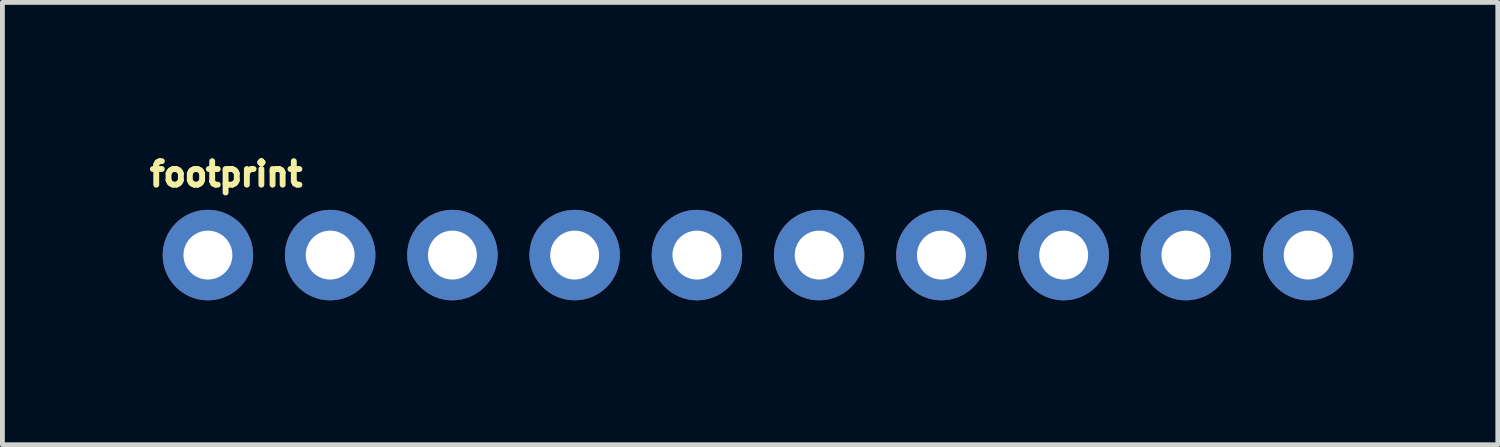
<source format=kicad_pcb>
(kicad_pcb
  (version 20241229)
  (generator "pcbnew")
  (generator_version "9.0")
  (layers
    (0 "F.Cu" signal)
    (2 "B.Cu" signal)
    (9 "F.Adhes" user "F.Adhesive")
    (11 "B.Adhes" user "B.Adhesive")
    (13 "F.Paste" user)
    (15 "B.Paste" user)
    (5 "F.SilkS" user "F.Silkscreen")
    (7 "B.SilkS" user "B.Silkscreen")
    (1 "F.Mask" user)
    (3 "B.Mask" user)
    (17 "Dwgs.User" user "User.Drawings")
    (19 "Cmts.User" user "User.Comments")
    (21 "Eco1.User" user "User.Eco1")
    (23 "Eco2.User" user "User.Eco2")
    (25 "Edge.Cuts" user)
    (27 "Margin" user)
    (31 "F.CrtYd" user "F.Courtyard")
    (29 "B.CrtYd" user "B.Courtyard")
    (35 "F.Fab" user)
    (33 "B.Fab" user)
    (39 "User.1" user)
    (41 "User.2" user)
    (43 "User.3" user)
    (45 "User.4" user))
  (footprint "footprint"
    (layer "F.Cu")
    (at 1.27 2.25)
    (property "Reference" "footprint" (at -1.27 -1.397 0) (layer "F.SilkS") (effects (font (size 0.488 0.488) (thickness 0.122)) (justify left bottom)))
    (fp_poly (pts (xy -0.254 0.254) (xy 0.254 0.254) (xy 0.254 -0.254) (xy -0.254 -0.254)) (stroke (width 0.1) (type solid)) (fill no) (layer "F.Fab"))
    (fp_poly (pts (xy 2.286 0.254) (xy 2.794 0.254) (xy 2.794 -0.254) (xy 2.286 -0.254)) (stroke (width 0.1) (type solid)) (fill no) (layer "F.Fab"))
    (fp_poly (pts (xy 4.826 0.254) (xy 5.334 0.254) (xy 5.334 -0.254) (xy 4.826 -0.254)) (stroke (width 0.1) (type solid)) (fill no) (layer "F.Fab"))
    (fp_poly (pts (xy 7.366 0.254) (xy 7.874 0.254) (xy 7.874 -0.254) (xy 7.366 -0.254)) (stroke (width 0.1) (type solid)) (fill no) (layer "F.Fab"))
    (fp_poly (pts (xy 9.906 0.254) (xy 10.414 0.254) (xy 10.414 -0.254) (xy 9.906 -0.254)) (stroke (width 0.1) (type solid)) (fill no) (layer "F.Fab"))
    (fp_poly (pts (xy 12.446 0.254) (xy 12.954 0.254) (xy 12.954 -0.254) (xy 12.446 -0.254)) (stroke (width 0.1) (type solid)) (fill no) (layer "F.Fab"))
    (fp_poly (pts (xy 14.986 0.254) (xy 15.494 0.254) (xy 15.494 -0.254) (xy 14.986 -0.254)) (stroke (width 0.1) (type solid)) (fill no) (layer "F.Fab"))
    (fp_poly (pts (xy 17.526 0.254) (xy 18.034 0.254) (xy 18.034 -0.254) (xy 17.526 -0.254)) (stroke (width 0.1) (type solid)) (fill no) (layer "F.Fab"))
    (fp_poly (pts (xy 20.066 0.254) (xy 20.574 0.254) (xy 20.574 -0.254) (xy 20.066 -0.254)) (stroke (width 0.1) (type solid)) (fill no) (layer "F.Fab"))
    (fp_poly (pts (xy 22.606 0.254) (xy 23.114 0.254) (xy 23.114 -0.254) (xy 22.606 -0.254)) (stroke (width 0.1) (type solid)) (fill no) (layer "F.Fab"))
    (pad "1" thru_hole circle (at 0 0 90) (size 1.88 1.88) (drill 1.016) (layers "*.Cu" "*.Mask"))
    (pad "2" thru_hole circle (at 2.54 0 90) (size 1.88 1.88) (drill 1.016) (layers "*.Cu" "*.Mask"))
    (pad "3" thru_hole circle (at 5.08 0 90) (size 1.88 1.88) (drill 1.016) (layers "*.Cu" "*.Mask"))
    (pad "4" thru_hole circle (at 7.62 0 90) (size 1.88 1.88) (drill 1.016) (layers "*.Cu" "*.Mask"))
    (pad "5" thru_hole circle (at 10.16 0 90) (size 1.88 1.88) (drill 1.016) (layers "*.Cu" "*.Mask"))
    (pad "6" thru_hole circle (at 12.7 0 90) (size 1.88 1.88) (drill 1.016) (layers "*.Cu" "*.Mask"))
    (pad "7" thru_hole circle (at 15.24 0 90) (size 1.88 1.88) (drill 1.016) (layers "*.Cu" "*.Mask"))
    (pad "8" thru_hole circle (at 17.78 0 90) (size 1.88 1.88) (drill 1.016) (layers "*.Cu" "*.Mask"))
    (pad "9" thru_hole circle (at 20.32 0 90) (size 1.88 1.88) (drill 1.016) (layers "*.Cu" "*.Mask"))
    (pad "10" thru_hole circle (at 22.86 0 90) (size 1.88 1.88) (drill 1.016) (layers "*.Cu" "*.Mask")))
  (gr_rect
    (start -3 -3)
    (end 28.07 6.19)
    (stroke (width 0.1) (type default))
    (fill no)
    (layer "Edge.Cuts")))
</source>
